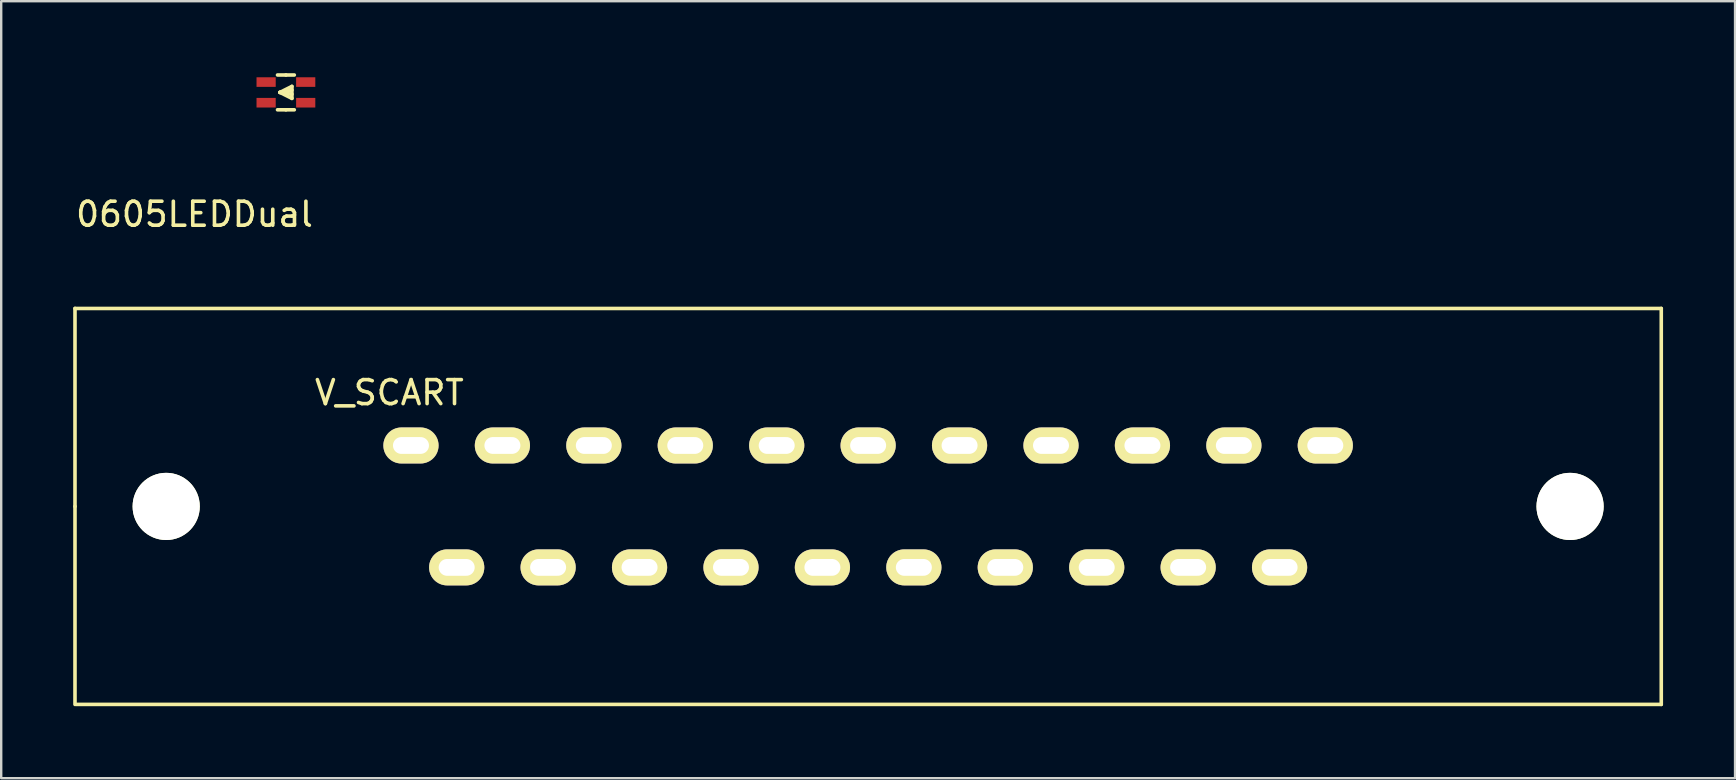
<source format=kicad_pcb>
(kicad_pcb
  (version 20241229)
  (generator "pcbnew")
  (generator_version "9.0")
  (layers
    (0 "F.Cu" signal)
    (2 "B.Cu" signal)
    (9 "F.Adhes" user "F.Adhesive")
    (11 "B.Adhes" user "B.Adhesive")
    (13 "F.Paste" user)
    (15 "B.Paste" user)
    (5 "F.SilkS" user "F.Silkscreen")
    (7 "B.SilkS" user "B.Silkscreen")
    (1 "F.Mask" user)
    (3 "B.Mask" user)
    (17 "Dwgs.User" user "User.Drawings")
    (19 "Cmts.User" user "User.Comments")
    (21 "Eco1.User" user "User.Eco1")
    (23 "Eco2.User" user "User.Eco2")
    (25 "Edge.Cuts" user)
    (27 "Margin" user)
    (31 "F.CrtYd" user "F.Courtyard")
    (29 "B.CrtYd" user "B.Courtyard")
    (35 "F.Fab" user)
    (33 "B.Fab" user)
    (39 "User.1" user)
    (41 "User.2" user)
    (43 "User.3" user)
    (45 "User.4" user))
  (footprint "V_SCART"
    (layer "F.Cu")
    (at 33.125 18.053)
    (property "Reference" "V_SCART" (at -19.95 -4.74 0) (layer "F.SilkS") (effects (font (size 1 1) (thickness 0.15))))
    (attr through_hole)
    (fp_line (start -33.05 -8.25) (end 33.05 -8.25) (stroke (width 0.15) (type solid)) (layer "F.SilkS"))
    (fp_line (start -33.05 0) (end -33.05 -8.25) (stroke (width 0.15) (type solid)) (layer "F.SilkS"))
    (fp_line (start -33.05 0) (end -33.05 8.25) (stroke (width 0.15) (type solid)) (layer "F.SilkS"))
    (fp_line (start 33.05 -8.25) (end 33.05 8.25) (stroke (width 0.15) (type solid)) (layer "F.SilkS"))
    (fp_line (start 33.05 8.25) (end -33 8.25) (stroke (width 0.15) (type solid)) (layer "F.SilkS"))
    (pad "" np_thru_hole circle (at -29.25 0) (size 2.8 2.8) (drill 2.8) (layers "*.Cu" "*.Mask" "F.SilkS"))
    (pad "" np_thru_hole circle (at 29.25 0) (size 2.8 2.8) (drill 2.8) (layers "*.Cu" "*.Mask" "F.SilkS"))
    (pad "1" thru_hole oval (at -19.05 -2.54) (size 2.3 1.5) (drill oval 1.5 0.7) (layers "*.Cu" "*.Mask" "F.SilkS"))
    (pad "2" thru_hole oval (at -17.145 2.54) (size 2.3 1.5) (drill oval 1.5 0.7) (layers "*.Cu" "*.Mask" "F.SilkS"))
    (pad "3" thru_hole oval (at -15.24 -2.54) (size 2.3 1.5) (drill oval 1.5 0.7) (layers "*.Cu" "*.Mask" "F.SilkS"))
    (pad "4" thru_hole oval (at -13.335 2.54) (size 2.3 1.5) (drill oval 1.5 0.7) (layers "*.Cu" "*.Mask" "F.SilkS"))
    (pad "5" thru_hole oval (at -11.43 -2.54) (size 2.3 1.5) (drill oval 1.5 0.7) (layers "*.Cu" "*.Mask" "F.SilkS"))
    (pad "6" thru_hole oval (at -9.525 2.54) (size 2.3 1.5) (drill oval 1.5 0.7) (layers "*.Cu" "*.Mask" "F.SilkS"))
    (pad "7" thru_hole oval (at -7.62 -2.54) (size 2.3 1.5) (drill oval 1.5 0.7) (layers "*.Cu" "*.Mask" "F.SilkS"))
    (pad "8" thru_hole oval (at -5.715 2.54) (size 2.3 1.5) (drill oval 1.5 0.7) (layers "*.Cu" "*.Mask" "F.SilkS"))
    (pad "9" thru_hole oval (at -3.81 -2.54) (size 2.3 1.5) (drill oval 1.5 0.7) (layers "*.Cu" "*.Mask" "F.SilkS"))
    (pad "10" thru_hole oval (at -1.905 2.54) (size 2.3 1.5) (drill oval 1.5 0.7) (layers "*.Cu" "*.Mask" "F.SilkS"))
    (pad "11" thru_hole oval (at 0 -2.54) (size 2.3 1.5) (drill oval 1.5 0.7) (layers "*.Cu" "*.Mask" "F.SilkS"))
    (pad "12" thru_hole oval (at 1.905 2.54) (size 2.3 1.5) (drill oval 1.5 0.7) (layers "*.Cu" "*.Mask" "F.SilkS"))
    (pad "13" thru_hole oval (at 3.81 -2.54) (size 2.3 1.5) (drill oval 1.5 0.7) (layers "*.Cu" "*.Mask" "F.SilkS"))
    (pad "14" thru_hole oval (at 5.715 2.54) (size 2.3 1.5) (drill oval 1.5 0.7) (layers "*.Cu" "*.Mask" "F.SilkS"))
    (pad "15" thru_hole oval (at 7.62 -2.54) (size 2.3 1.5) (drill oval 1.5 0.7) (layers "*.Cu" "*.Mask" "F.SilkS"))
    (pad "16" thru_hole oval (at 9.525 2.54) (size 2.3 1.5) (drill oval 1.5 0.7) (layers "*.Cu" "*.Mask" "F.SilkS"))
    (pad "17" thru_hole oval (at 11.43 -2.54) (size 2.3 1.5) (drill oval 1.5 0.7) (layers "*.Cu" "*.Mask" "F.SilkS"))
    (pad "18" thru_hole oval (at 13.335 2.54) (size 2.3 1.5) (drill oval 1.5 0.7) (layers "*.Cu" "*.Mask" "F.SilkS"))
    (pad "19" thru_hole oval (at 15.24 -2.54) (size 2.3 1.5) (drill oval 1.5 0.7) (layers "*.Cu" "*.Mask" "F.SilkS"))
    (pad "20" thru_hole oval (at 17.145 2.54) (size 2.3 1.5) (drill oval 1.5 0.7) (layers "*.Cu" "*.Mask" "F.SilkS"))
    (pad "21" thru_hole oval (at 19.05 -2.54) (size 2.3 1.5) (drill oval 1.5 0.7) (layers "*.Cu" "*.Mask" "F.SilkS")))
  (footprint "0605LEDDual"
    (layer "F.Cu")
    (at 8.864 0.8)
    (property "Reference" "0605LEDDual" (at -3.81 5.08 0) (layer "F.SilkS") (effects (font (size 1 1) (thickness 0.15))))
    (attr through_hole)
    (fp_line (start -0.25 0) (end 0.25 -0.25) (stroke (width 0.15) (type solid)) (layer "F.SilkS"))
    (fp_line (start -0.25 0) (end 0.25 0.075) (stroke (width 0.15) (type solid)) (layer "F.SilkS"))
    (fp_line (start 0 -0.725) (end -0.35 -0.725) (stroke (width 0.15) (type solid)) (layer "F.SilkS"))
    (fp_line (start 0 -0.725) (end 0.35 -0.725) (stroke (width 0.15) (type solid)) (layer "F.SilkS"))
    (fp_line (start 0 0.725) (end -0.35 0.725) (stroke (width 0.15) (type solid)) (layer "F.SilkS"))
    (fp_line (start 0 0.725) (end 0.35 0.725) (stroke (width 0.15) (type solid)) (layer "F.SilkS"))
    (fp_line (start 0.25 -0.25) (end 0.25 0.25) (stroke (width 0.15) (type solid)) (layer "F.SilkS"))
    (fp_line (start 0.25 -0.1) (end -0.25 0) (stroke (width 0.15) (type solid)) (layer "F.SilkS"))
    (fp_line (start 0.25 0.25) (end -0.25 0) (stroke (width 0.15) (type solid)) (layer "F.SilkS"))
    (pad "1" smd rect (at 0.825 -0.43) (size 0.8 0.4) (layers "F.Cu" "F.Mask" "F.Paste"))
    (pad "2" smd rect (at -0.825 -0.43) (size 0.8 0.4) (layers "F.Cu" "F.Mask" "F.Paste"))
    (pad "3" smd rect (at 0.825 0.43) (size 0.8 0.4) (layers "F.Cu" "F.Mask" "F.Paste"))
    (pad "4" smd rect (at -0.825 0.43) (size 0.8 0.4) (layers "F.Cu" "F.Mask" "F.Paste")))
  (gr_rect
    (start -3 -3)
    (end 69.25 29.378)
    (stroke (width 0.1) (type default))
    (fill no)
    (layer "Edge.Cuts")))
</source>
